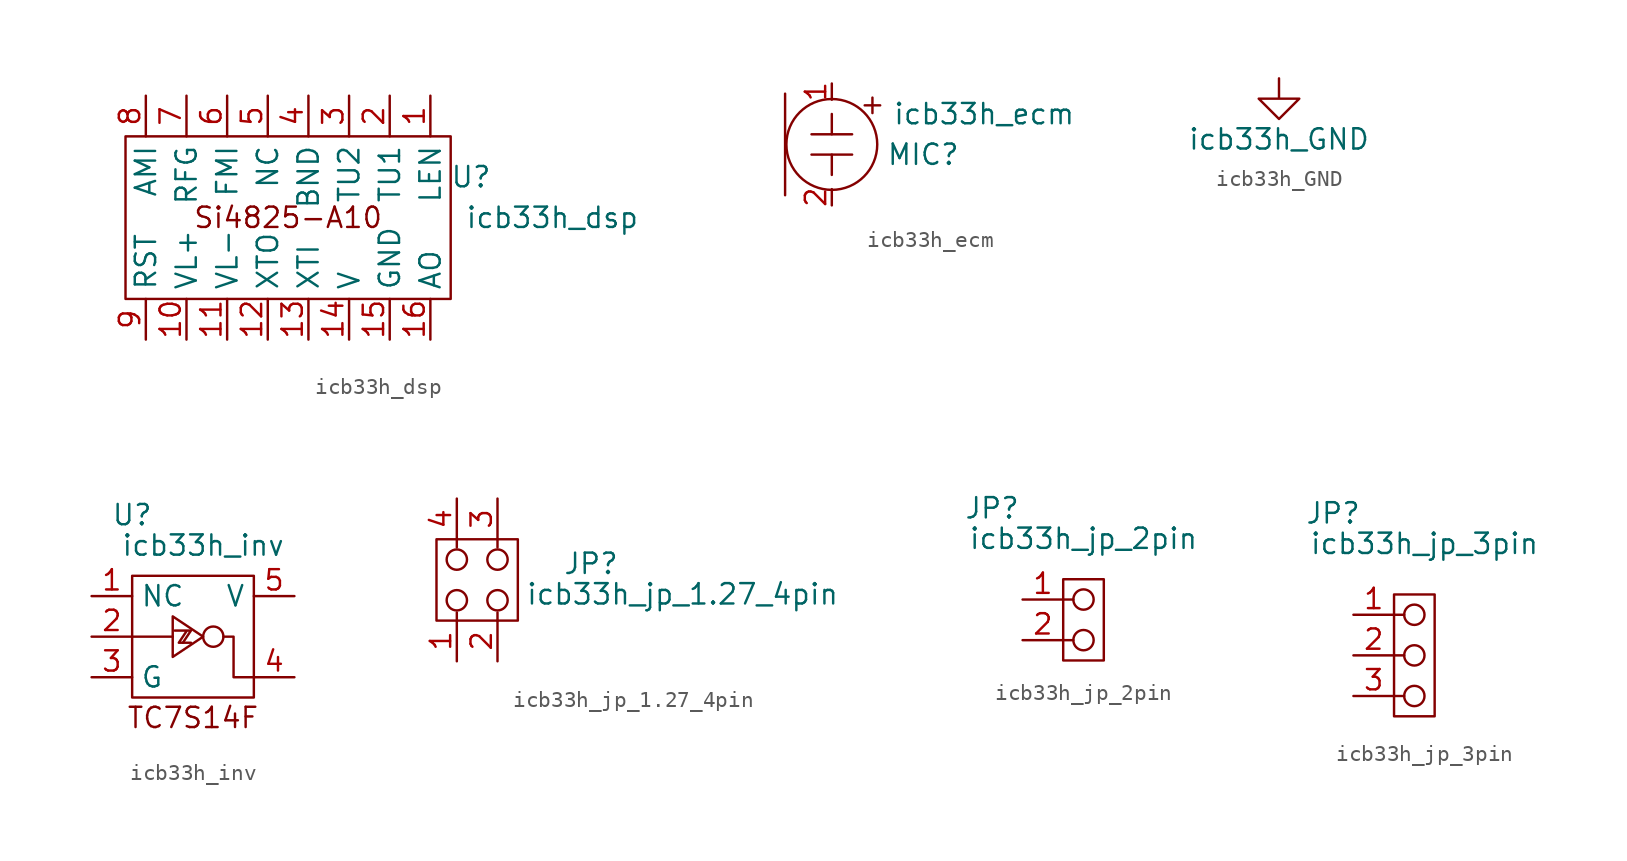
<source format=kicad_sym>
(kicad_symbol_lib
  (version 20211014)
  (generator kicad_symbol_editor)
  (symbol "icb33h_dsp"
    (property "Reference" "U"
      (at 11.43 2.54 0)
      (effects (font (size 1.27 1.27))))
    (property "Value" "icb33h_dsp"
      (at 16.51 0 0)
      (effects (font (size 1.27 1.27))))
    (symbol "icb33h_dsp_0_0"
      (rectangle (start -10.16 5.08) (end 10.16 -5.08) (stroke (width 0) (type default) (color 0 0 0 0)) (fill (type none)))
      (text "Si4825-A10" (at 0 0 0) (effects (font (size 1.27 1.27)))))
    (symbol "icb33h_dsp_1_1"
      (pin passive line (at 8.89 7.62 270) (length 2.54) (name "LEN" (effects (font (size 1.27 1.27)))) (number "1" (effects (font (size 1.27 1.27)))))
      (pin passive line (at -6.35 -7.62 90) (length 2.54) (name "VL+" (effects (font (size 1.27 1.27)))) (number "10" (effects (font (size 1.27 1.27)))))
      (pin passive line (at -3.81 -7.62 90) (length 2.54) (name "VL-" (effects (font (size 1.27 1.27)))) (number "11" (effects (font (size 1.27 1.27)))))
      (pin passive line (at -1.27 -7.62 90) (length 2.54) (name "XTO" (effects (font (size 1.27 1.27)))) (number "12" (effects (font (size 1.27 1.27)))))
      (pin passive line (at 1.27 -7.62 90) (length 2.54) (name "XTI" (effects (font (size 1.27 1.27)))) (number "13" (effects (font (size 1.27 1.27)))))
      (pin passive line (at 3.81 -7.62 90) (length 2.54) (name "V" (effects (font (size 1.27 1.27)))) (number "14" (effects (font (size 1.27 1.27)))))
      (pin passive line (at 6.35 -7.62 90) (length 2.54) (name "GND" (effects (font (size 1.27 1.27)))) (number "15" (effects (font (size 1.27 1.27)))))
      (pin passive line (at 8.89 -7.62 90) (length 2.54) (name "AO" (effects (font (size 1.27 1.27)))) (number "16" (effects (font (size 1.27 1.27)))))
      (pin passive line (at 6.35 7.62 270) (length 2.54) (name "TU1" (effects (font (size 1.27 1.27)))) (number "2" (effects (font (size 1.27 1.27)))))
      (pin passive line (at 3.81 7.62 270) (length 2.54) (name "TU2" (effects (font (size 1.27 1.27)))) (number "3" (effects (font (size 1.27 1.27)))))
      (pin passive line (at 1.27 7.62 270) (length 2.54) (name "BND" (effects (font (size 1.27 1.27)))) (number "4" (effects (font (size 1.27 1.27)))))
      (pin passive line (at -1.27 7.62 270) (length 2.54) (name "NC" (effects (font (size 1.27 1.27)))) (number "5" (effects (font (size 1.27 1.27)))))
      (pin passive line (at -3.81 7.62 270) (length 2.54) (name "FMI" (effects (font (size 1.27 1.27)))) (number "6" (effects (font (size 1.27 1.27)))))
      (pin passive line (at -6.35 7.62 270) (length 2.54) (name "RFG" (effects (font (size 1.27 1.27)))) (number "7" (effects (font (size 1.27 1.27)))))
      (pin passive line (at -8.89 7.62 270) (length 2.54) (name "AMI" (effects (font (size 1.27 1.27)))) (number "8" (effects (font (size 1.27 1.27)))))
      (pin passive line (at -8.89 -7.62 90) (length 2.54) (name "RST" (effects (font (size 1.27 1.27)))) (number "9" (effects (font (size 1.27 1.27)))))))
  (symbol "icb33h_ecm"
    (property "Reference" "MIC"
      (at 5.715 -0.635 0)
      (effects (font (size 1.27 1.27))))
    (property "Value" "icb33h_ecm"
      (at 9.525 1.905 0)
      (effects (font (size 1.27 1.27))))
    (symbol "icb33h_ecm_0_0"
      (polyline (pts (xy -2.921 3.175) (xy -2.921 -3.175)) (stroke (width 0) (type default) (color 0 0 0 0)) (fill (type none)))
      (polyline (pts (xy -1.27 -0.635) (xy 1.27 -0.635)) (stroke (width 0) (type default) (color 0 0 0 0)) (fill (type none)))
      (polyline (pts (xy -1.27 0.635) (xy 1.27 0.635)) (stroke (width 0) (type default) (color 0 0 0 0)) (fill (type none)))
      (polyline (pts (xy 0 -0.635) (xy 0 -1.905)) (stroke (width 0) (type default) (color 0 0 0 0)) (fill (type none)))
      (polyline (pts (xy 0 0.635) (xy 0 1.905)) (stroke (width 0) (type default) (color 0 0 0 0)) (fill (type none)))
      (circle (center 0 0) (radius 2.84) (stroke (width 0) (type default) (color 0 0 0 0)) (fill (type none)))
      (text "+" (at 2.54 2.54 0) (effects (font (size 1.27 1.27)))))
    (symbol "icb33h_ecm_1_1"
      (pin passive line (at 0 3.81 270) (length 1.016) (name "" (effects (font (size 1.27 1.27)))) (number "1" (effects (font (size 1.27 1.27)))))
      (pin passive line (at 0 -3.81 90) (length 1.016) (name "" (effects (font (size 1.27 1.27)))) (number "2" (effects (font (size 1.27 1.27)))))))
  (symbol "icb33h_GND"
    (power)
    (pin_names
      (offset 0))
    (property "Reference" "#PWR"
      (at 0 -6.35 0)
      (effects (font (size 1.27 1.27)) hide))
    (property "Value" "icb33h_GND"
      (at 0 -3.81 0)
      (effects (font (size 1.27 1.27))))
    (symbol "icb33h_GND_0_1"
      (polyline (pts (xy 0 0) (xy 0 -1.27) (xy 1.27 -1.27) (xy 0 -2.54) (xy -1.27 -1.27) (xy 0 -1.27)) (stroke (width 0) (type default) (color 0 0 0 0)) (fill (type none))))
    (symbol "icb33h_GND_1_1"
      (pin power_in line (at 0 0 270) (length 0) hide (name "GND" (effects (font (size 1.27 1.27)))) (number "1" (effects (font (size 1.27 1.27)))))))
  (symbol "icb33h_inv"
    (property "Reference" "U"
      (at -3.81 7.62 0)
      (effects (font (size 1.27 1.27))))
    (property "Value" "icb33h_inv"
      (at 0.635 5.715 0)
      (effects (font (size 1.27 1.27))))
    (symbol "icb33h_inv_0_0"
      (rectangle (start -3.81 3.81) (end 3.81 -3.81) (stroke (width 0) (type default) (color 0 0 0 0)) (fill (type none)))
      (polyline (pts (xy -3.81 0) (xy -1.27 0)) (stroke (width 0) (type default) (color 0 0 0 0)) (fill (type none)))
      (polyline (pts (xy -0.635 -0.381) (xy -0.127 -0.381)) (stroke (width 0) (type default) (color 0 0 0 0)) (fill (type none)))
      (polyline (pts (xy -1.27 1.27) (xy -1.27 -1.27) (xy 0.635 0) (xy -1.27 1.27)) (stroke (width 0) (type default) (color 0 0 0 0)) (fill (type none)))
      (polyline (pts (xy 1.905 0) (xy 2.54 0) (xy 2.54 -2.54) (xy 3.81 -2.54)) (stroke (width 0) (type default) (color 0 0 0 0)) (fill (type none)))
      (polyline (pts (xy -1.143 0.381) (xy -0.127 0.381) (xy -0.635 -0.381) (xy -0.889 -0.381) (xy -0.381 0.381)) (stroke (width 0) (type default) (color 0 0 0 0)) (fill (type none)))
      (circle (center 1.27 0) (radius 0.635) (stroke (width 0) (type default) (color 0 0 0 0)) (fill (type none)))
      (text "TC7S14F" (at 0 -5.08 0) (effects (font (size 1.27 1.27)))))
    (symbol "icb33h_inv_1_1"
      (pin passive line (at -6.35 2.54 0) (length 2.54) (name "NC" (effects (font (size 1.27 1.27)))) (number "1" (effects (font (size 1.27 1.27)))))
      (pin passive line (at -6.35 0 0) (length 2.54) (name "" (effects (font (size 1.27 1.27)))) (number "2" (effects (font (size 1.27 1.27)))))
      (pin passive line (at -6.35 -2.54 0) (length 2.54) (name "G" (effects (font (size 1.27 1.27)))) (number "3" (effects (font (size 1.27 1.27)))))
      (pin passive line (at 6.35 -2.54 180) (length 2.54) (name "" (effects (font (size 1.27 1.27)))) (number "4" (effects (font (size 1.27 1.27)))))
      (pin passive line (at 6.35 2.54 180) (length 2.54) (name "V" (effects (font (size 1.27 1.27)))) (number "5" (effects (font (size 1.27 1.27)))))))
  (symbol "icb33h_jp_1.27_4pin"
    (property "Reference" "JP"
      (at 7.112 1.016 0)
      (effects (font (size 1.27 1.27))))
    (property "Value" "icb33h_jp_1.27_4pin"
      (at 12.827 -0.889 0)
      (effects (font (size 1.27 1.27))))
    (symbol "icb33h_jp_1.27_4pin_0_0"
      (rectangle (start -2.54 2.54) (end 2.54 -2.54) (stroke (width 0) (type default) (color 0 0 0 0)) (fill (type none)))
      (circle (center -1.27 -1.27) (radius 0.635) (stroke (width 0) (type default) (color 0 0 0 0)) (fill (type none)))
      (circle (center -1.27 1.27) (radius 0.635) (stroke (width 0) (type default) (color 0 0 0 0)) (fill (type none)))
      (circle (center 1.27 -1.27) (radius 0.635) (stroke (width 0) (type default) (color 0 0 0 0)) (fill (type none)))
      (circle (center 1.27 1.27) (radius 0.635) (stroke (width 0) (type default) (color 0 0 0 0)) (fill (type none))))
    (symbol "icb33h_jp_1.27_4pin_0_1"
      (polyline (pts (xy -1.27 -2.54) (xy -1.27 -2.032)) (stroke (width 0) (type default) (color 0 0 0 0)) (fill (type none)))
      (polyline (pts (xy -1.27 2.54) (xy -1.27 2.032)) (stroke (width 0) (type default) (color 0 0 0 0)) (fill (type none)))
      (polyline (pts (xy 1.27 -2.54) (xy 1.27 -2.032)) (stroke (width 0) (type default) (color 0 0 0 0)) (fill (type none)))
      (polyline (pts (xy 1.27 2.54) (xy 1.27 2.032)) (stroke (width 0) (type default) (color 0 0 0 0)) (fill (type none))))
    (symbol "icb33h_jp_1.27_4pin_1_1"
      (pin passive line (at -1.27 -5.08 90) (length 2.54) (name "" (effects (font (size 1.27 1.27)))) (number "1" (effects (font (size 1.27 1.27)))))
      (pin passive line (at 1.27 -5.08 90) (length 2.54) (name "" (effects (font (size 1.27 1.27)))) (number "2" (effects (font (size 1.27 1.27)))))
      (pin passive line (at 1.27 5.08 270) (length 2.54) (name "" (effects (font (size 1.27 1.27)))) (number "3" (effects (font (size 1.27 1.27)))))
      (pin passive line (at -1.27 5.08 270) (length 2.54) (name "" (effects (font (size 1.27 1.27)))) (number "4" (effects (font (size 1.27 1.27)))))))
  (symbol "icb33h_jp_2pin"
    (property "Reference" "JP"
      (at -5.715 6.985 0)
      (effects (font (size 1.27 1.27))))
    (property "Value" "icb33h_jp_2pin"
      (at 0 5.08 0)
      (effects (font (size 1.27 1.27))))
    (symbol "icb33h_jp_2pin_0_0"
      (rectangle (start -1.27 2.54) (end 1.27 -2.54) (stroke (width 0) (type default) (color 0 0 0 0)) (fill (type none)))
      (circle (center 0 -1.27) (radius 0.635) (stroke (width 0) (type default) (color 0 0 0 0)) (fill (type none)))
      (circle (center 0 1.27) (radius 0.635) (stroke (width 0) (type default) (color 0 0 0 0)) (fill (type none))))
    (symbol "icb33h_jp_2pin_0_1"
      (polyline (pts (xy -1.27 -1.27) (xy -0.635 -1.27)) (stroke (width 0) (type default) (color 0 0 0 0)) (fill (type none)))
      (polyline (pts (xy -1.27 1.27) (xy -0.635 1.27)) (stroke (width 0) (type default) (color 0 0 0 0)) (fill (type none))))
    (symbol "icb33h_jp_2pin_1_1"
      (pin passive line (at -3.81 1.27 0) (length 2.54) (name "" (effects (font (size 1.27 1.27)))) (number "1" (effects (font (size 1.27 1.27)))))
      (pin passive line (at -3.81 -1.27 0) (length 2.54) (name "" (effects (font (size 1.27 1.27)))) (number "2" (effects (font (size 1.27 1.27)))))))
  (symbol "icb33h_jp_3pin"
    (property "Reference" "JP"
      (at -5.08 8.89 0)
      (effects (font (size 1.27 1.27))))
    (property "Value" "icb33h_jp_3pin"
      (at 0.635 6.985 0)
      (effects (font (size 1.27 1.27))))
    (symbol "icb33h_jp_3pin_0_0"
      (rectangle (start -1.27 3.81) (end 1.27 -3.81) (stroke (width 0) (type default) (color 0 0 0 0)) (fill (type none)))
      (circle (center 0 -2.54) (radius 0.635) (stroke (width 0) (type default) (color 0 0 0 0)) (fill (type none)))
      (circle (center 0 0) (radius 0.635) (stroke (width 0) (type default) (color 0 0 0 0)) (fill (type none)))
      (circle (center 0 2.54) (radius 0.635) (stroke (width 0) (type default) (color 0 0 0 0)) (fill (type none))))
    (symbol "icb33h_jp_3pin_0_1"
      (polyline (pts (xy -1.27 -2.54) (xy -0.635 -2.54)) (stroke (width 0) (type default) (color 0 0 0 0)) (fill (type none)))
      (polyline (pts (xy -1.27 0) (xy -0.635 0)) (stroke (width 0) (type default) (color 0 0 0 0)) (fill (type none)))
      (polyline (pts (xy -1.27 2.54) (xy -0.635 2.54)) (stroke (width 0) (type default) (color 0 0 0 0)) (fill (type none))))
    (symbol "icb33h_jp_3pin_1_1"
      (pin passive line (at -3.81 2.54 0) (length 2.54) (name "" (effects (font (size 1.27 1.27)))) (number "1" (effects (font (size 1.27 1.27)))))
      (pin passive line (at -3.81 0 0) (length 2.54) (name "" (effects (font (size 1.27 1.27)))) (number "2" (effects (font (size 1.27 1.27)))))
      (pin passive line (at -3.81 -2.54 0) (length 2.54) (name "" (effects (font (size 1.27 1.27)))) (number "3" (effects (font (size 1.27 1.27))))))))
</source>
